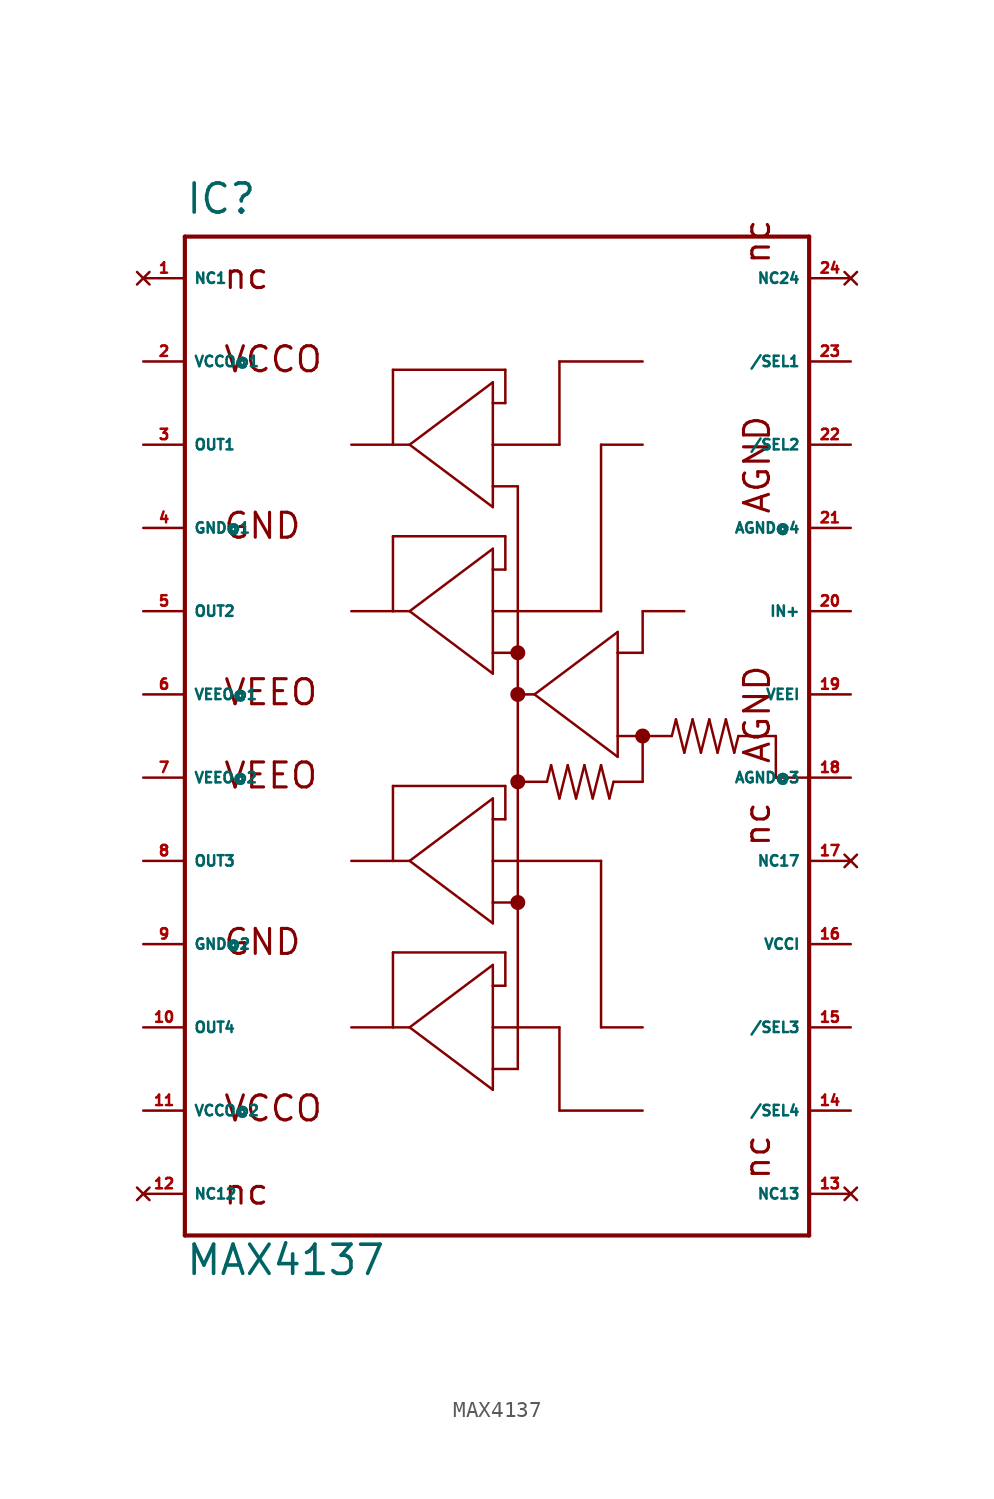
<source format=kicad_sym>
(kicad_symbol_lib
  (version 20220914)
  (generator Eagle2Kicad)
  (symbol "MAX4137"
    (property "Reference" "IC"
      (at -20.32 31.75 0)
      (effects (font (size 1.778 1.778) (thickness 0.22)) (justify left bottom)))
    (property "Value" "MAX4137"
      (at -20.32 -33.02 0)
      (effects (font (size 1.778 1.778) (thickness 0.22)) (justify left bottom)))
    (polyline
      (pts (xy -20.32 30.48) (xy 17.78 30.48))
      (stroke (width 0.254) (type default))
      (fill (type none)))
    (polyline
      (pts (xy 17.78 30.48) (xy 17.78 -2.54))
      (stroke (width 0.254) (type default))
      (fill (type none)))
    (polyline
      (pts (xy 17.78 -2.54) (xy 17.78 -30.48))
      (stroke (width 0.254) (type default))
      (fill (type none)))
    (polyline
      (pts (xy 17.78 -30.48) (xy -20.32 -30.48))
      (stroke (width 0.254) (type default))
      (fill (type none)))
    (polyline
      (pts (xy -20.32 -30.48) (xy -20.32 30.48))
      (stroke (width 0.254) (type default))
      (fill (type none)))
    (polyline
      (pts (xy -10.16 17.78) (xy -7.62 17.78))
      (stroke (width 0.152) (type default))
      (fill (type none)))
    (polyline
      (pts (xy -7.62 17.78) (xy -6.604 17.78))
      (stroke (width 0.152) (type default))
      (fill (type none)))
    (polyline
      (pts (xy -6.604 17.78) (xy -1.524 21.59))
      (stroke (width 0.152) (type default))
      (fill (type none)))
    (polyline
      (pts (xy -1.524 21.59) (xy -1.524 20.32))
      (stroke (width 0.152) (type default))
      (fill (type none)))
    (polyline
      (pts (xy -1.524 20.32) (xy -1.524 17.78))
      (stroke (width 0.152) (type default))
      (fill (type none)))
    (polyline
      (pts (xy -1.524 17.78) (xy -1.524 15.24))
      (stroke (width 0.152) (type default))
      (fill (type none)))
    (polyline
      (pts (xy -1.524 15.24) (xy -1.524 13.97))
      (stroke (width 0.152) (type default))
      (fill (type none)))
    (polyline
      (pts (xy -1.524 13.97) (xy -6.604 17.78))
      (stroke (width 0.152) (type default))
      (fill (type none)))
    (polyline
      (pts (xy -7.62 17.78) (xy -7.62 22.352))
      (stroke (width 0.152) (type default))
      (fill (type none)))
    (polyline
      (pts (xy -7.62 22.352) (xy -0.762 22.352))
      (stroke (width 0.152) (type default))
      (fill (type none)))
    (polyline
      (pts (xy -0.762 22.352) (xy -0.762 20.32))
      (stroke (width 0.152) (type default))
      (fill (type none)))
    (polyline
      (pts (xy -0.762 20.32) (xy -1.524 20.32))
      (stroke (width 0.152) (type default))
      (fill (type none)))
    (polyline
      (pts (xy 0 15.24) (xy -1.524 15.24))
      (stroke (width 0.152) (type default))
      (fill (type none)))
    (polyline
      (pts (xy -10.16 7.62) (xy -7.62 7.62))
      (stroke (width 0.152) (type default))
      (fill (type none)))
    (polyline
      (pts (xy -7.62 7.62) (xy -6.604 7.62))
      (stroke (width 0.152) (type default))
      (fill (type none)))
    (polyline
      (pts (xy -6.604 7.62) (xy -1.524 11.43))
      (stroke (width 0.152) (type default))
      (fill (type none)))
    (polyline
      (pts (xy -1.524 11.43) (xy -1.524 10.16))
      (stroke (width 0.152) (type default))
      (fill (type none)))
    (polyline
      (pts (xy -1.524 10.16) (xy -1.524 7.62))
      (stroke (width 0.152) (type default))
      (fill (type none)))
    (polyline
      (pts (xy -1.524 7.62) (xy -1.524 5.08))
      (stroke (width 0.152) (type default))
      (fill (type none)))
    (polyline
      (pts (xy -1.524 5.08) (xy -1.524 3.81))
      (stroke (width 0.152) (type default))
      (fill (type none)))
    (polyline
      (pts (xy -1.524 3.81) (xy -6.604 7.62))
      (stroke (width 0.152) (type default))
      (fill (type none)))
    (polyline
      (pts (xy -7.62 7.62) (xy -7.62 12.192))
      (stroke (width 0.152) (type default))
      (fill (type none)))
    (polyline
      (pts (xy -7.62 12.192) (xy -0.762 12.192))
      (stroke (width 0.152) (type default))
      (fill (type none)))
    (polyline
      (pts (xy -0.762 12.192) (xy -0.762 10.16))
      (stroke (width 0.152) (type default))
      (fill (type none)))
    (polyline
      (pts (xy -0.762 10.16) (xy -1.524 10.16))
      (stroke (width 0.152) (type default))
      (fill (type none)))
    (polyline
      (pts (xy 0 5.08) (xy -1.524 5.08))
      (stroke (width 0.152) (type default))
      (fill (type none)))
    (polyline
      (pts (xy -10.16 -7.62) (xy -7.62 -7.62))
      (stroke (width 0.152) (type default))
      (fill (type none)))
    (polyline
      (pts (xy -7.62 -7.62) (xy -6.604 -7.62))
      (stroke (width 0.152) (type default))
      (fill (type none)))
    (polyline
      (pts (xy -6.604 -7.62) (xy -1.524 -3.81))
      (stroke (width 0.152) (type default))
      (fill (type none)))
    (polyline
      (pts (xy -1.524 -3.81) (xy -1.524 -5.08))
      (stroke (width 0.152) (type default))
      (fill (type none)))
    (polyline
      (pts (xy -1.524 -5.08) (xy -1.524 -7.62))
      (stroke (width 0.152) (type default))
      (fill (type none)))
    (polyline
      (pts (xy -1.524 -7.62) (xy -1.524 -10.16))
      (stroke (width 0.152) (type default))
      (fill (type none)))
    (polyline
      (pts (xy -1.524 -10.16) (xy -1.524 -11.43))
      (stroke (width 0.152) (type default))
      (fill (type none)))
    (polyline
      (pts (xy -1.524 -11.43) (xy -6.604 -7.62))
      (stroke (width 0.152) (type default))
      (fill (type none)))
    (polyline
      (pts (xy -7.62 -7.62) (xy -7.62 -3.048))
      (stroke (width 0.152) (type default))
      (fill (type none)))
    (polyline
      (pts (xy -7.62 -3.048) (xy -0.762 -3.048))
      (stroke (width 0.152) (type default))
      (fill (type none)))
    (polyline
      (pts (xy -0.762 -3.048) (xy -0.762 -5.08))
      (stroke (width 0.152) (type default))
      (fill (type none)))
    (polyline
      (pts (xy -0.762 -5.08) (xy -1.524 -5.08))
      (stroke (width 0.152) (type default))
      (fill (type none)))
    (polyline
      (pts (xy 0 -10.16) (xy -1.524 -10.16))
      (stroke (width 0.152) (type default))
      (fill (type none)))
    (polyline
      (pts (xy -10.16 -17.78) (xy -7.62 -17.78))
      (stroke (width 0.152) (type default))
      (fill (type none)))
    (polyline
      (pts (xy -7.62 -17.78) (xy -6.604 -17.78))
      (stroke (width 0.152) (type default))
      (fill (type none)))
    (polyline
      (pts (xy -6.604 -17.78) (xy -1.524 -13.97))
      (stroke (width 0.152) (type default))
      (fill (type none)))
    (polyline
      (pts (xy -1.524 -13.97) (xy -1.524 -15.24))
      (stroke (width 0.152) (type default))
      (fill (type none)))
    (polyline
      (pts (xy -1.524 -15.24) (xy -1.524 -17.78))
      (stroke (width 0.152) (type default))
      (fill (type none)))
    (polyline
      (pts (xy -1.524 -17.78) (xy -1.524 -20.32))
      (stroke (width 0.152) (type default))
      (fill (type none)))
    (polyline
      (pts (xy -1.524 -20.32) (xy -1.524 -21.59))
      (stroke (width 0.152) (type default))
      (fill (type none)))
    (polyline
      (pts (xy -1.524 -21.59) (xy -6.604 -17.78))
      (stroke (width 0.152) (type default))
      (fill (type none)))
    (polyline
      (pts (xy -7.62 -17.78) (xy -7.62 -13.208))
      (stroke (width 0.152) (type default))
      (fill (type none)))
    (polyline
      (pts (xy -7.62 -13.208) (xy -0.762 -13.208))
      (stroke (width 0.152) (type default))
      (fill (type none)))
    (polyline
      (pts (xy -0.762 -13.208) (xy -0.762 -15.24))
      (stroke (width 0.152) (type default))
      (fill (type none)))
    (polyline
      (pts (xy -0.762 -15.24) (xy -1.524 -15.24))
      (stroke (width 0.152) (type default))
      (fill (type none)))
    (polyline
      (pts (xy 0 -20.32) (xy -1.524 -20.32))
      (stroke (width 0.152) (type default))
      (fill (type none)))
    (polyline
      (pts (xy 1.016 2.54) (xy 6.096 6.35))
      (stroke (width 0.152) (type default))
      (fill (type none)))
    (polyline
      (pts (xy 6.096 6.35) (xy 6.096 5.08))
      (stroke (width 0.152) (type default))
      (fill (type none)))
    (polyline
      (pts (xy 6.096 5.08) (xy 6.096 0))
      (stroke (width 0.152) (type default))
      (fill (type none)))
    (polyline
      (pts (xy 6.096 0) (xy 6.096 -1.27))
      (stroke (width 0.152) (type default))
      (fill (type none)))
    (polyline
      (pts (xy 6.096 -1.27) (xy 1.016 2.54))
      (stroke (width 0.152) (type default))
      (fill (type none)))
    (polyline
      (pts (xy 7.62 5.08) (xy 6.096 5.08))
      (stroke (width 0.152) (type default))
      (fill (type none)))
    (polyline
      (pts (xy 7.62 22.86) (xy 2.54 22.86))
      (stroke (width 0.152) (type default))
      (fill (type none)))
    (polyline
      (pts (xy 2.54 22.86) (xy 2.54 17.78))
      (stroke (width 0.152) (type default))
      (fill (type none)))
    (polyline
      (pts (xy 2.54 17.78) (xy -1.524 17.78))
      (stroke (width 0.152) (type default))
      (fill (type none)))
    (polyline
      (pts (xy 7.62 17.78) (xy 5.08 17.78))
      (stroke (width 0.152) (type default))
      (fill (type none)))
    (polyline
      (pts (xy 5.08 17.78) (xy 5.08 7.62))
      (stroke (width 0.152) (type default))
      (fill (type none)))
    (polyline
      (pts (xy 5.08 7.62) (xy -1.524 7.62))
      (stroke (width 0.152) (type default))
      (fill (type none)))
    (polyline
      (pts (xy 7.62 -17.78) (xy 5.08 -17.78))
      (stroke (width 0.152) (type default))
      (fill (type none)))
    (polyline
      (pts (xy 5.08 -17.78) (xy 5.08 -7.62))
      (stroke (width 0.152) (type default))
      (fill (type none)))
    (polyline
      (pts (xy 5.08 -7.62) (xy -1.524 -7.62))
      (stroke (width 0.152) (type default))
      (fill (type none)))
    (polyline
      (pts (xy 7.62 -22.86) (xy 2.54 -22.86))
      (stroke (width 0.152) (type default))
      (fill (type none)))
    (polyline
      (pts (xy 2.54 -22.86) (xy 2.54 -17.78))
      (stroke (width 0.152) (type default))
      (fill (type none)))
    (polyline
      (pts (xy 2.54 -17.78) (xy -1.524 -17.78))
      (stroke (width 0.152) (type default))
      (fill (type none)))
    (polyline
      (pts (xy 0 -20.32) (xy 0 -10.16))
      (stroke (width 0.152) (type default))
      (fill (type none)))
    (polyline
      (pts (xy 0 -10.16) (xy 0 -2.794))
      (stroke (width 0.152) (type default))
      (fill (type none)))
    (polyline
      (pts (xy 0 -2.794) (xy 0 2.54))
      (stroke (width 0.152) (type default))
      (fill (type none)))
    (polyline
      (pts (xy 0 2.54) (xy 0 5.08))
      (stroke (width 0.152) (type default))
      (fill (type none)))
    (polyline
      (pts (xy 0 5.08) (xy 0 15.24))
      (stroke (width 0.152) (type default))
      (fill (type none)))
    (polyline
      (pts (xy 0 2.54) (xy 1.016 2.54))
      (stroke (width 0.152) (type default))
      (fill (type none)))
    (polyline
      (pts (xy 10.16 7.62) (xy 7.62 7.62))
      (stroke (width 0.152) (type default))
      (fill (type none)))
    (polyline
      (pts (xy 7.62 7.62) (xy 7.62 5.08))
      (stroke (width 0.152) (type default))
      (fill (type none)))
    (polyline
      (pts (xy 6.096 0) (xy 7.62 0))
      (stroke (width 0.152) (type default))
      (fill (type none)))
    (polyline
      (pts (xy 7.62 0) (xy 9.398 0))
      (stroke (width 0.152) (type default))
      (fill (type none)))
    (polyline
      (pts (xy 9.398 0) (xy 9.652 1.016))
      (stroke (width 0.152) (type default))
      (fill (type none)))
    (polyline
      (pts (xy 9.652 1.016) (xy 10.16 -1.016))
      (stroke (width 0.152) (type default))
      (fill (type none)))
    (polyline
      (pts (xy 10.16 -1.016) (xy 10.668 1.016))
      (stroke (width 0.152) (type default))
      (fill (type none)))
    (polyline
      (pts (xy 10.668 1.016) (xy 11.176 -1.016))
      (stroke (width 0.152) (type default))
      (fill (type none)))
    (polyline
      (pts (xy 11.176 -1.016) (xy 11.684 1.016))
      (stroke (width 0.152) (type default))
      (fill (type none)))
    (polyline
      (pts (xy 11.684 1.016) (xy 12.192 -1.016))
      (stroke (width 0.152) (type default))
      (fill (type none)))
    (polyline
      (pts (xy 12.192 -1.016) (xy 12.7 1.016))
      (stroke (width 0.152) (type default))
      (fill (type none)))
    (polyline
      (pts (xy 12.7 1.016) (xy 13.208 -1.016))
      (stroke (width 0.152) (type default))
      (fill (type none)))
    (polyline
      (pts (xy 13.208 -1.016) (xy 13.462 0))
      (stroke (width 0.152) (type default))
      (fill (type none)))
    (polyline
      (pts (xy 1.778 -2.794) (xy 2.032 -1.778))
      (stroke (width 0.152) (type default))
      (fill (type none)))
    (polyline
      (pts (xy 2.032 -1.778) (xy 2.54 -3.81))
      (stroke (width 0.152) (type default))
      (fill (type none)))
    (polyline
      (pts (xy 2.54 -3.81) (xy 3.048 -1.778))
      (stroke (width 0.152) (type default))
      (fill (type none)))
    (polyline
      (pts (xy 3.048 -1.778) (xy 3.556 -3.81))
      (stroke (width 0.152) (type default))
      (fill (type none)))
    (polyline
      (pts (xy 3.556 -3.81) (xy 4.064 -1.778))
      (stroke (width 0.152) (type default))
      (fill (type none)))
    (polyline
      (pts (xy 4.064 -1.778) (xy 4.572 -3.81))
      (stroke (width 0.152) (type default))
      (fill (type none)))
    (polyline
      (pts (xy 4.572 -3.81) (xy 5.08 -1.778))
      (stroke (width 0.152) (type default))
      (fill (type none)))
    (polyline
      (pts (xy 5.08 -1.778) (xy 5.588 -3.81))
      (stroke (width 0.152) (type default))
      (fill (type none)))
    (polyline
      (pts (xy 5.588 -3.81) (xy 5.842 -2.794))
      (stroke (width 0.152) (type default))
      (fill (type none)))
    (polyline
      (pts (xy 1.778 -2.794) (xy 0 -2.794))
      (stroke (width 0.152) (type default))
      (fill (type none)))
    (polyline
      (pts (xy 5.842 -2.794) (xy 7.62 -2.794))
      (stroke (width 0.152) (type default))
      (fill (type none)))
    (polyline
      (pts (xy 7.62 0) (xy 7.62 -2.794))
      (stroke (width 0.152) (type default))
      (fill (type none)))
    (polyline
      (pts (xy 13.462 0) (xy 15.748 0))
      (stroke (width 0.152) (type default))
      (fill (type none)))
    (polyline
      (pts (xy 15.748 0) (xy 15.748 -2.54))
      (stroke (width 0.152) (type default))
      (fill (type none)))
    (polyline
      (pts (xy 15.748 -2.54) (xy 17.78 -2.54))
      (stroke (width 0.152) (type default))
      (fill (type none)))
    (text "VCCO"
      (at -18.034 22.098 0)
      (effects (font (size 1.524 1.524) (thickness 0.19)) (justify left bottom)))
    (text "VCCO"
      (at -18.034 -23.622 0)
      (effects (font (size 1.524 1.524) (thickness 0.19)) (justify left bottom)))
    (text "nc"
      (at -18.034 27.178 0)
      (effects (font (size 1.524 1.524) (thickness 0.19)) (justify left bottom)))
    (text "nc"
      (at 15.494 28.702 1800)
      (effects (font (size 1.524 1.524) (thickness 0.19)) (justify left bottom)))
    (text "nc"
      (at 15.494 -27.178 1800)
      (effects (font (size 1.524 1.524) (thickness 0.19)) (justify left bottom)))
    (text "nc"
      (at -18.034 -28.702 0)
      (effects (font (size 1.524 1.524) (thickness 0.19)) (justify left bottom)))
    (text "GND"
      (at -18.034 -13.462 0)
      (effects (font (size 1.524 1.524) (thickness 0.19)) (justify left bottom)))
    (text "VEEO"
      (at -18.034 1.778 0)
      (effects (font (size 1.524 1.524) (thickness 0.19)) (justify left bottom)))
    (text "VEEO"
      (at -18.034 -3.302 0)
      (effects (font (size 1.524 1.524) (thickness 0.19)) (justify left bottom)))
    (text "AGND"
      (at 15.494 13.462 1800)
      (effects (font (size 1.524 1.524) (thickness 0.19)) (justify left bottom)))
    (text "AGND"
      (at 15.494 -1.778 1800)
      (effects (font (size 1.524 1.524) (thickness 0.19)) (justify left bottom)))
    (text "nc"
      (at 15.494 -6.858 1800)
      (effects (font (size 1.524 1.524) (thickness 0.19)) (justify left bottom)))
    (text "GND"
      (at -18.034 11.938 0)
      (effects (font (size 1.524 1.524) (thickness 0.19)) (justify left bottom)))
    (circle
      (center 7.62 0)
      (radius 0.254)
      (stroke (width 0.406) (type default))
      (fill (type none)))
    (circle
      (center 0 -2.794)
      (radius 0.254)
      (stroke (width 0.406) (type default))
      (fill (type none)))
    (circle
      (center 0 2.54)
      (radius 0.254)
      (stroke (width 0.406) (type default))
      (fill (type none)))
    (circle
      (center 0 5.08)
      (radius 0.254)
      (stroke (width 0.406) (type default))
      (fill (type none)))
    (circle
      (center 0 -10.16)
      (radius 0.254)
      (stroke (width 0.406) (type default))
      (fill (type none)))
    (pin no_connect line
      (at -22.86 27.94 0)
      (length 2.54)
      (name "NC1" (effects (font (size 0.635 0.635) (thickness 0.08)) (justify left bottom) hide))
      (number "1" (effects (font (size 0.635 0.635) (thickness 0.08)) (justify left bottom) hide)))
    (pin unspecified line
      (at -22.86 22.86 0)
      (length 2.54)
      (name "VCCO@1" (effects (font (size 0.635 0.635) (thickness 0.08)) (justify left bottom)))
      (number "2" (effects (font (size 0.635 0.635) (thickness 0.08)) (justify left bottom))))
    (pin unspecified line
      (at -22.86 -22.86 0)
      (length 2.54)
      (name "VCCO@2" (effects (font (size 0.635 0.635) (thickness 0.08)) (justify left bottom)))
      (number "11" (effects (font (size 0.635 0.635) (thickness 0.08)) (justify left bottom))))
    (pin unspecified line
      (at -22.86 2.54 0)
      (length 2.54)
      (name "VEEO@1" (effects (font (size 0.635 0.635) (thickness 0.08)) (justify left bottom)))
      (number "6" (effects (font (size 0.635 0.635) (thickness 0.08)) (justify left bottom))))
    (pin unspecified line
      (at -22.86 -2.54 0)
      (length 2.54)
      (name "VEEO@2" (effects (font (size 0.635 0.635) (thickness 0.08)) (justify left bottom)))
      (number "7" (effects (font (size 0.635 0.635) (thickness 0.08)) (justify left bottom))))
    (pin unspecified line
      (at -22.86 12.7 0)
      (length 2.54)
      (name "GND@1" (effects (font (size 0.635 0.635) (thickness 0.08)) (justify left bottom)))
      (number "4" (effects (font (size 0.635 0.635) (thickness 0.08)) (justify left bottom))))
    (pin unspecified line
      (at -22.86 -12.7 0)
      (length 2.54)
      (name "GND@2" (effects (font (size 0.635 0.635) (thickness 0.08)) (justify left bottom)))
      (number "9" (effects (font (size 0.635 0.635) (thickness 0.08)) (justify left bottom))))
    (pin unspecified line
      (at 20.32 -12.7 180)
      (length 2.54)
      (name "VCCI" (effects (font (size 0.635 0.635) (thickness 0.08)) (justify left bottom)))
      (number "16" (effects (font (size 0.635 0.635) (thickness 0.08)) (justify left bottom))))
    (pin unspecified line
      (at 20.32 2.54 180)
      (length 2.54)
      (name "VEEI" (effects (font (size 0.635 0.635) (thickness 0.08)) (justify left bottom)))
      (number "19" (effects (font (size 0.635 0.635) (thickness 0.08)) (justify left bottom))))
    (pin no_connect line
      (at -22.86 -27.94 0)
      (length 2.54)
      (name "NC12" (effects (font (size 0.635 0.635) (thickness 0.08)) (justify left bottom) hide))
      (number "12" (effects (font (size 0.635 0.635) (thickness 0.08)) (justify left bottom) hide)))
    (pin no_connect line
      (at 20.32 -27.94 180)
      (length 2.54)
      (name "NC13" (effects (font (size 0.635 0.635) (thickness 0.08)) (justify left bottom) hide))
      (number "13" (effects (font (size 0.635 0.635) (thickness 0.08)) (justify left bottom) hide)))
    (pin no_connect line
      (at 20.32 27.94 180)
      (length 2.54)
      (name "NC24" (effects (font (size 0.635 0.635) (thickness 0.08)) (justify left bottom) hide))
      (number "24" (effects (font (size 0.635 0.635) (thickness 0.08)) (justify left bottom) hide)))
    (pin input line
      (at 20.32 22.86 180)
      (length 2.54)
      (name "/SEL1" (effects (font (size 0.635 0.635) (thickness 0.08)) (justify left bottom)))
      (number "23" (effects (font (size 0.635 0.635) (thickness 0.08)) (justify left bottom))))
    (pin input line
      (at 20.32 17.78 180)
      (length 2.54)
      (name "/SEL2" (effects (font (size 0.635 0.635) (thickness 0.08)) (justify left bottom)))
      (number "22" (effects (font (size 0.635 0.635) (thickness 0.08)) (justify left bottom))))
    (pin input line
      (at 20.32 -17.78 180)
      (length 2.54)
      (name "/SEL3" (effects (font (size 0.635 0.635) (thickness 0.08)) (justify left bottom)))
      (number "15" (effects (font (size 0.635 0.635) (thickness 0.08)) (justify left bottom))))
    (pin input line
      (at 20.32 -22.86 180)
      (length 2.54)
      (name "/SEL4" (effects (font (size 0.635 0.635) (thickness 0.08)) (justify left bottom)))
      (number "14" (effects (font (size 0.635 0.635) (thickness 0.08)) (justify left bottom))))
    (pin input line
      (at 20.32 7.62 180)
      (length 2.54)
      (name "IN+" (effects (font (size 0.635 0.635) (thickness 0.08)) (justify left bottom)))
      (number "20" (effects (font (size 0.635 0.635) (thickness 0.08)) (justify left bottom))))
    (pin unspecified line
      (at 20.32 -2.54 180)
      (length 2.54)
      (name "AGND@3" (effects (font (size 0.635 0.635) (thickness 0.08)) (justify left bottom)))
      (number "18" (effects (font (size 0.635 0.635) (thickness 0.08)) (justify left bottom))))
    (pin output line
      (at -22.86 17.78 0)
      (length 2.54)
      (name "OUT1" (effects (font (size 0.635 0.635) (thickness 0.08)) (justify left bottom)))
      (number "3" (effects (font (size 0.635 0.635) (thickness 0.08)) (justify left bottom))))
    (pin output line
      (at -22.86 7.62 0)
      (length 2.54)
      (name "OUT2" (effects (font (size 0.635 0.635) (thickness 0.08)) (justify left bottom)))
      (number "5" (effects (font (size 0.635 0.635) (thickness 0.08)) (justify left bottom))))
    (pin output line
      (at -22.86 -7.62 0)
      (length 2.54)
      (name "OUT3" (effects (font (size 0.635 0.635) (thickness 0.08)) (justify left bottom)))
      (number "8" (effects (font (size 0.635 0.635) (thickness 0.08)) (justify left bottom))))
    (pin output line
      (at -22.86 -17.78 0)
      (length 2.54)
      (name "OUT4" (effects (font (size 0.635 0.635) (thickness 0.08)) (justify left bottom)))
      (number "10" (effects (font (size 0.635 0.635) (thickness 0.08)) (justify left bottom))))
    (pin no_connect line
      (at 20.32 -7.62 180)
      (length 2.54)
      (name "NC17" (effects (font (size 0.635 0.635) (thickness 0.08)) (justify left bottom) hide))
      (number "17" (effects (font (size 0.635 0.635) (thickness 0.08)) (justify left bottom) hide)))
    (pin unspecified line
      (at 20.32 12.7 180)
      (length 2.54)
      (name "AGND@4" (effects (font (size 0.635 0.635) (thickness 0.08)) (justify left bottom)))
      (number "21" (effects (font (size 0.635 0.635) (thickness 0.08)) (justify left bottom))))))
</source>
